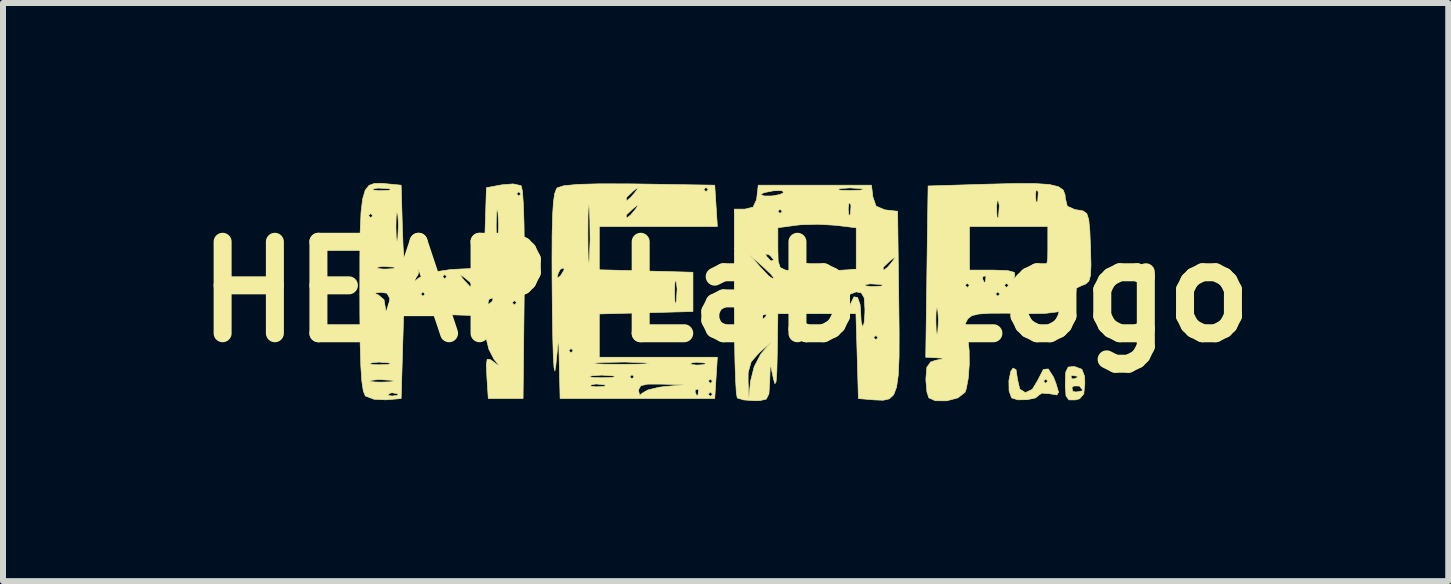
<source format=kicad_pcb>
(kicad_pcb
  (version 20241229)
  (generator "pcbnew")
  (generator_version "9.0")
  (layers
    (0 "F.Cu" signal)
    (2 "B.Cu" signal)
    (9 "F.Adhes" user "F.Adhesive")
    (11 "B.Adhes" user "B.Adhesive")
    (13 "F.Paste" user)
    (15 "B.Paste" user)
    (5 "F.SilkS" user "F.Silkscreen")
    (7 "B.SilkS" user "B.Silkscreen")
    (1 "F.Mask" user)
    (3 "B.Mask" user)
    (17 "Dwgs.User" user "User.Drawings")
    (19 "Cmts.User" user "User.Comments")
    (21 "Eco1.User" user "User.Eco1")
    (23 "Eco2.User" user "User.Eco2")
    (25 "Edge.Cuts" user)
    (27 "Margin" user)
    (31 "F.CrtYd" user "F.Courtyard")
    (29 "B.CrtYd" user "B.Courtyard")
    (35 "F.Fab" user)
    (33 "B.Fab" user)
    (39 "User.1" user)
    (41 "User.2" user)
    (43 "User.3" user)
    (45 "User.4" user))
  (footprint "HEAP Lab Logo"
    (layer "F.Cu")
    (at 9.042 1.814)
    (property "Reference" "HEAP Lab Logo" (at 0 0 0) (layer "F.SilkS") (effects (font (size 1.524 1.524) (thickness 0.3))))
    (attr through_hole)
    (fp_poly (pts (xy 4.841 1.298) (xy 4.862 1.44) (xy 4.862 1.447) (xy 4.902 1.62) (xy 4.996 1.679) (xy 5.111 1.624) (xy 5.194 1.488) (xy 5.298 1.488) (xy 5.334 1.524) (xy 5.37 1.488) (xy 5.334 1.451) (xy 5.298 1.488) (xy 5.194 1.488) (xy 5.212 1.456) (xy 5.216 1.446) (xy 5.295 1.293) (xy 5.377 1.284) (xy 5.464 1.419) (xy 5.505 1.524) (xy 5.549 1.672) (xy 5.521 1.718) (xy 5.403 1.698) (xy 5.271 1.687) (xy 5.225 1.718) (xy 5.164 1.768) (xy 5.023 1.797) (xy 4.869 1.799) (xy 4.767 1.767) (xy 4.766 1.766) (xy 4.724 1.651) (xy 4.721 1.48) (xy 4.752 1.326) (xy 4.79 1.27) (xy 4.841 1.298)) (stroke (width 0.01) (type solid)) (fill yes) (layer "F.SilkS"))
    (fp_poly (pts (xy 5.824 1.247) (xy 5.937 1.29) (xy 5.982 1.406) (xy 5.987 1.524) (xy 5.969 1.702) (xy 5.899 1.782) (xy 5.824 1.801) (xy 5.72 1.8) (xy 5.673 1.734) (xy 5.663 1.595) (xy 5.77 1.595) (xy 5.786 1.658) (xy 5.838 1.669) (xy 5.937 1.652) (xy 5.951 1.637) (xy 5.898 1.569) (xy 5.802 1.568) (xy 5.77 1.595) (xy 5.663 1.595) (xy 5.661 1.565) (xy 5.661 1.524) (xy 5.666 1.403) (xy 5.757 1.403) (xy 5.767 1.446) (xy 5.806 1.451) (xy 5.865 1.425) (xy 5.854 1.403) (xy 5.768 1.394) (xy 5.757 1.403) (xy 5.666 1.403) (xy 5.669 1.335) (xy 5.709 1.253) (xy 5.802 1.244) (xy 5.824 1.247)) (stroke (width 0.01) (type solid)) (fill yes) (layer "F.SilkS"))
    (fp_poly (pts (xy 5.161 -1.805) (xy 5.398 -1.789) (xy 5.547 -1.753) (xy 5.627 -1.696) (xy 5.658 -1.613) (xy 5.661 -1.564) (xy 5.694 -1.428) (xy 5.822 -1.371) (xy 5.86 -1.366) (xy 5.958 -1.349) (xy 6.019 -1.305) (xy 6.052 -1.205) (xy 6.07 -1.018) (xy 6.081 -0.75) (xy 6.089 -0.456) (xy 6.082 -0.276) (xy 6.053 -0.177) (xy 5.996 -0.128) (xy 5.936 -0.106) (xy 5.803 -0.042) (xy 5.674 0.053) (xy 5.582 0.147) (xy 5.563 0.209) (xy 5.589 0.218) (xy 5.634 0.263) (xy 5.621 0.295) (xy 5.527 0.334) (xy 5.328 0.358) (xy 5.091 0.362) (xy 4.686 0.355) (xy 4.402 0.356) (xy 4.216 0.369) (xy 4.103 0.397) (xy 4.04 0.445) (xy 4.002 0.514) (xy 3.998 0.526) (xy 3.973 0.661) (xy 4 0.714) (xy 4.039 0.796) (xy 4.059 0.975) (xy 4.061 1.203) (xy 4.045 1.432) (xy 4.011 1.615) (xy 3.989 1.674) (xy 3.872 1.766) (xy 3.683 1.816) (xy 3.494 1.814) (xy 3.387 1.766) (xy 3.355 1.668) (xy 3.339 1.487) (xy 3.338 1.444) (xy 3.354 1.257) (xy 3.418 1.168) (xy 3.502 1.14) (xy 3.665 1.108) (xy 3.5 1.098) (xy 3.335 1.089) (xy 3.344 0.472) (xy 3.504 0.472) (xy 3.509 0.644) (xy 3.522 0.707) (xy 3.535 0.672) (xy 3.548 0.473) (xy 3.536 0.309) (xy 3.519 0.259) (xy 3.507 0.338) (xy 3.504 0.472) (xy 3.344 0.472) (xy 3.348 0.145) (xy 3.718 0.145) (xy 3.726 0.277) (xy 3.744 0.293) (xy 3.751 0.272) (xy 3.762 0.088) (xy 3.754 0.036) (xy 4.499 0.036) (xy 4.536 0.073) (xy 4.572 0.036) (xy 4.536 0) (xy 4.499 0.036) (xy 3.754 0.036) (xy 3.751 0.018) (xy 3.73 -0.004) (xy 3.719 0.096) (xy 3.718 0.145) (xy 3.348 0.145) (xy 3.352 -0.109) (xy 3.991 -0.109) (xy 4.028 -0.073) (xy 4.064 -0.109) (xy 4.645 -0.109) (xy 4.681 -0.073) (xy 4.717 -0.109) (xy 4.681 -0.145) (xy 4.645 -0.109) (xy 4.064 -0.109) (xy 4.028 -0.145) (xy 3.991 -0.109) (xy 3.352 -0.109) (xy 3.353 -0.218) (xy 4.282 -0.218) (xy 4.308 -0.158) (xy 4.33 -0.169) (xy 4.339 -0.255) (xy 4.33 -0.266) (xy 4.287 -0.256) (xy 4.282 -0.218) (xy 3.353 -0.218) (xy 3.365 -1.089) (xy 4.064 -1.089) (xy 4.064 -0.363) (xy 4.467 -0.363) (xy 4.703 -0.354) (xy 4.813 -0.325) (xy 4.82 -0.272) (xy 4.798 -0.218) (xy 4.844 -0.254) (xy 5.443 -0.254) (xy 5.479 -0.218) (xy 5.515 -0.254) (xy 5.479 -0.29) (xy 5.443 -0.254) (xy 4.844 -0.254) (xy 4.862 -0.269) (xy 4.866 -0.272) (xy 5.009 -0.34) (xy 5.167 -0.363) (xy 5.287 -0.372) (xy 5.347 -0.425) (xy 5.368 -0.558) (xy 5.37 -0.726) (xy 5.37 -1.089) (xy 4.064 -1.089) (xy 3.365 -1.089) (xy 3.369 -1.379) (xy 4.516 -1.379) (xy 4.524 -1.247) (xy 4.543 -1.231) (xy 4.549 -1.252) (xy 4.561 -1.436) (xy 4.549 -1.506) (xy 4.528 -1.528) (xy 4.517 -1.428) (xy 4.516 -1.379) (xy 3.369 -1.379) (xy 3.372 -1.597) (xy 5.164 -1.597) (xy 5.175 -1.494) (xy 5.201 -1.506) (xy 5.21 -1.654) (xy 5.201 -1.687) (xy 5.174 -1.696) (xy 5.164 -1.597) (xy 3.372 -1.597) (xy 3.375 -1.765) (xy 4.349 -1.794) (xy 4.818 -1.806) (xy 5.161 -1.805)) (stroke (width 0.01) (type solid)) (fill yes) (layer "F.SilkS"))
    (fp_poly (pts (xy -1.613 -1.8) (xy -1.442 -1.798) (xy -0.181 -1.778) (xy -0.137 -1.089) (xy -2.105 -1.089) (xy -2.105 -0.368) (xy -0.544 -0.327) (xy -0.544 0.327) (xy -2.105 0.368) (xy -2.105 1.089) (xy -0.137 1.089) (xy -0.159 1.433) (xy -0.181 1.778) (xy -2.758 1.778) (xy -2.761 1.651) (xy -1.45 1.651) (xy -1.431 1.727) (xy -1.395 1.692) (xy -1.355 1.669) (xy -0.508 1.669) (xy -0.481 1.729) (xy -0.46 1.718) (xy -0.458 1.705) (xy -0.29 1.705) (xy -0.254 1.742) (xy -0.218 1.705) (xy -0.254 1.669) (xy -0.29 1.705) (xy -0.458 1.705) (xy -0.451 1.631) (xy -0.46 1.621) (xy -0.503 1.631) (xy -0.508 1.669) (xy -1.355 1.669) (xy -1.294 1.634) (xy -1.106 1.589) (xy -1.015 1.578) (xy -0.689 1.549) (xy -1.07 1.537) (xy -1.296 1.537) (xy -1.411 1.563) (xy -1.449 1.626) (xy -1.45 1.651) (xy -2.761 1.651) (xy -2.763 1.569) (xy -2.26 1.569) (xy -2.163 1.582) (xy -2.141 1.582) (xy -2.017 1.575) (xy -2.006 1.552) (xy -2.012 1.549) (xy -2.157 1.535) (xy -2.23 1.546) (xy -2.26 1.569) (xy -2.763 1.569) (xy -2.765 1.488) (xy -0.29 1.488) (xy -0.254 1.524) (xy -0.218 1.488) (xy -0.254 1.451) (xy -0.29 1.488) (xy -2.765 1.488) (xy -2.767 1.416) (xy -2.281 1.416) (xy -2.202 1.427) (xy -2.068 1.431) (xy -1.896 1.426) (xy -1.843 1.415) (xy -1.597 1.415) (xy -1.56 1.451) (xy -1.524 1.415) (xy -1.56 1.379) (xy -1.597 1.415) (xy -1.843 1.415) (xy -1.833 1.413) (xy -1.868 1.4) (xy -2.067 1.387) (xy -2.231 1.399) (xy -2.281 1.416) (xy -2.767 1.416) (xy -2.772 1.191) (xy -2.211 1.191) (xy -2.166 1.199) (xy -2.002 1.205) (xy -1.742 1.207) (xy -1.699 1.207) (xy -0.591 1.207) (xy -0.494 1.219) (xy -0.472 1.22) (xy -0.348 1.212) (xy -0.337 1.189) (xy -0.343 1.186) (xy -0.487 1.172) (xy -0.561 1.183) (xy -0.591 1.207) (xy -1.699 1.207) (xy -1.474 1.205) (xy -1.314 1.199) (xy -1.273 1.19) (xy -1.361 1.18) (xy -1.679 1.169) (xy -2.02 1.175) (xy -2.123 1.18) (xy -2.211 1.191) (xy -2.772 1.191) (xy -2.777 0.98) (xy -2.613 0.98) (xy -2.576 1.016) (xy -2.54 0.98) (xy -2.576 0.943) (xy -2.613 0.98) (xy -2.777 0.98) (xy -2.783 0.762) (xy -2.83 1.234) (xy -2.845 1.319) (xy -2.859 1.265) (xy -2.871 1.078) (xy -2.88 0.765) (xy -2.887 0.33) (xy -2.89 0.027) (xy -2.89 0) (xy -0.851 0) (xy -0.845 0.157) (xy -0.831 0.2) (xy -0.82 0.163) (xy -0.808 -0.048) (xy -0.82 -0.163) (xy -0.838 -0.198) (xy -0.849 -0.106) (xy -0.851 0) (xy -2.89 0) (xy -2.892 -0.227) (xy -2.811 -0.227) (xy -2.758 -0.262) (xy -2.749 -0.271) (xy -2.691 -0.366) (xy -2.699 -0.401) (xy -2.753 -0.379) (xy -2.789 -0.312) (xy -2.811 -0.227) (xy -2.892 -0.227) (xy -2.893 -0.531) (xy -2.891 -0.96) (xy -2.89 -0.98) (xy -2.295 -0.98) (xy -2.293 -0.703) (xy -2.288 -0.53) (xy -2.28 -0.475) (xy -2.269 -0.552) (xy -2.269 -0.56) (xy -2.258 -0.863) (xy -2.262 -1.205) (xy -2.265 -1.282) (xy -1.655 -1.282) (xy -1.654 -1.235) (xy -1.642 -1.234) (xy -1.581 -1.283) (xy -1.515 -1.361) (xy -1.452 -1.447) (xy -1.49 -1.429) (xy -1.542 -1.388) (xy -1.655 -1.282) (xy -2.265 -1.282) (xy -2.269 -1.358) (xy -2.279 -1.458) (xy -2.287 -1.424) (xy -2.293 -1.268) (xy -2.295 -1.003) (xy -2.295 -0.98) (xy -2.89 -0.98) (xy -2.883 -1.277) (xy -2.869 -1.498) (xy -2.858 -1.572) (xy -1.655 -1.572) (xy -1.654 -1.525) (xy -1.642 -1.524) (xy -1.581 -1.574) (xy -1.515 -1.651) (xy -1.475 -1.705) (xy -0.363 -1.705) (xy -0.327 -1.669) (xy -0.29 -1.705) (xy -0.327 -1.742) (xy -0.363 -1.705) (xy -1.475 -1.705) (xy -1.452 -1.737) (xy -1.49 -1.719) (xy -1.542 -1.678) (xy -1.655 -1.572) (xy -2.858 -1.572) (xy -2.848 -1.639) (xy -2.819 -1.716) (xy -2.803 -1.735) (xy -2.695 -1.769) (xy -2.466 -1.791) (xy -2.108 -1.801) (xy -1.613 -1.8)) (stroke (width 0.01) (type solid)) (fill yes) (layer "F.SilkS"))
    (fp_poly (pts (xy 2.454 -1.583) (xy 2.508 -1.429) (xy 2.651 -1.368) (xy 2.671 -1.365) (xy 2.867 -1.343) (xy 2.886 0.136) (xy 2.892 0.675) (xy 2.891 1.085) (xy 2.878 1.384) (xy 2.849 1.589) (xy 2.8 1.716) (xy 2.728 1.783) (xy 2.627 1.806) (xy 2.493 1.801) (xy 2.474 1.8) (xy 2.213 1.778) (xy 2.193 1.07) (xy 2.184 0.762) (xy 2.467 0.762) (xy 2.504 0.798) (xy 2.54 0.762) (xy 2.504 0.726) (xy 2.467 0.762) (xy 2.184 0.762) (xy 2.172 0.363) (xy 0.871 0.363) (xy 0.861 1.034) (xy 0.854 1.335) (xy 0.841 1.498) (xy 0.822 1.531) (xy 0.798 1.451) (xy 0.745 1.197) (xy 0.735 1.506) (xy 0.722 1.699) (xy 0.677 1.788) (xy 0.566 1.813) (xy 0.484 1.814) (xy 0.304 1.801) (xy 0.197 1.769) (xy 0.194 1.766) (xy 0.179 1.682) (xy 0.167 1.482) (xy 0.375 1.482) (xy 0.387 1.778) (xy 0.416 1.488) (xy 0.476 1.248) (xy 0.585 1.039) (xy 0.604 1.016) (xy 0.762 0.835) (xy 0.562 1.011) (xy 0.426 1.166) (xy 0.376 1.345) (xy 0.375 1.482) (xy 0.167 1.482) (xy 0.167 1.475) (xy 0.156 1.167) (xy 0.149 0.779) (xy 0.147 0.555) (xy 0.443 0.555) (xy 0.47 0.553) (xy 0.559 0.501) (xy 0.666 0.418) (xy 0.684 0.37) (xy 0.615 0.389) (xy 0.524 0.466) (xy 0.443 0.555) (xy 0.147 0.555) (xy 0.145 0.334) (xy 0.145 0.254) (xy 1.887 0.254) (xy 1.923 0.29) (xy 1.959 0.254) (xy 1.923 0.218) (xy 1.887 0.254) (xy 0.145 0.254) (xy 0.145 0.169) (xy 0.145 0.163) (xy 2.04 0.163) (xy 2.053 0.262) (xy 2.076 0.22) (xy 2.082 0.2) (xy 2.139 0.083) (xy 2.2 0.093) (xy 2.242 0.214) (xy 2.25 0.327) (xy 2.259 0.495) (xy 2.281 0.578) (xy 2.286 0.581) (xy 2.309 0.516) (xy 2.321 0.355) (xy 2.322 0.29) (xy 2.31 0.1) (xy 2.261 0.016) (xy 2.177 0) (xy 2.063 0.043) (xy 2.04 0.163) (xy 0.145 0.163) (xy 0.145 -0.102) (xy 2.318 -0.102) (xy 2.418 -0.09) (xy 2.467 -0.089) (xy 2.599 -0.097) (xy 2.615 -0.116) (xy 2.594 -0.123) (xy 2.41 -0.134) (xy 2.34 -0.123) (xy 2.318 -0.102) (xy 0.145 -0.102) (xy 0.145 -0.617) (xy 0.399 -0.617) (xy 0.575 -0.417) (xy 0.717 -0.266) (xy 0.786 -0.219) (xy 0.798 -0.241) (xy 0.75 -0.3) (xy 0.629 -0.414) (xy 0.599 -0.441) (xy 0.399 -0.617) (xy 0.145 -0.617) (xy 0.145 -0.632) (xy 0.665 -0.632) (xy 0.682 -0.592) (xy 0.756 -0.514) (xy 0.798 -0.53) (xy 0.798 -0.54) (xy 0.747 -0.601) (xy 0.715 -0.624) (xy 0.665 -0.632) (xy 0.145 -0.632) (xy 0.145 -1.069) (xy 0.871 -1.069) (xy 0.871 -0.721) (xy 0.876 -0.511) (xy 0.91 -0.405) (xy 0.998 -0.363) (xy 1.107 -0.349) (xy 1.315 -0.341) (xy 1.591 -0.344) (xy 1.76 -0.351) (xy 2.177 -0.376) (xy 2.177 -0.411) (xy 2.627 -0.411) (xy 2.627 -0.364) (xy 2.64 -0.363) (xy 2.701 -0.412) (xy 2.767 -0.49) (xy 2.83 -0.576) (xy 2.792 -0.558) (xy 2.74 -0.517) (xy 2.627 -0.411) (xy 2.177 -0.411) (xy 2.177 -1.068) (xy 1.828 -1.11) (xy 1.54 -1.127) (xy 1.248 -1.118) (xy 1.175 -1.11) (xy 0.871 -1.069) (xy 0.145 -1.069) (xy 0.145 -1.343) (xy 0.871 -1.343) (xy 0.907 -1.306) (xy 0.943 -1.343) (xy 0.907 -1.379) (xy 2.043 -1.379) (xy 2.055 -1.276) (xy 2.08 -1.288) (xy 2.09 -1.437) (xy 2.08 -1.47) (xy 2.054 -1.479) (xy 2.043 -1.379) (xy 0.907 -1.379) (xy 0.871 -1.343) (xy 0.145 -1.343) (xy 0.145 -1.379) (xy 0.322 -1.379) (xy 0.458 -1.412) (xy 0.516 -1.539) (xy 0.521 -1.578) (xy 0.527 -1.625) (xy 0.581 -1.625) (xy 0.581 -1.625) (xy 0.64 -1.598) (xy 0.771 -1.598) (xy 0.905 -1.622) (xy 0.972 -1.656) (xy 0.937 -1.688) (xy 0.803 -1.685) (xy 0.794 -1.684) (xy 0.643 -1.654) (xy 0.581 -1.625) (xy 0.527 -1.625) (xy 0.536 -1.705) (xy 1.856 -1.705) (xy 1.934 -1.693) (xy 2.068 -1.69) (xy 2.24 -1.695) (xy 2.303 -1.707) (xy 2.269 -1.72) (xy 2.07 -1.733) (xy 1.906 -1.721) (xy 1.856 -1.705) (xy 0.536 -1.705) (xy 0.544 -1.778) (xy 2.431 -1.778) (xy 2.454 -1.583)) (stroke (width 0.01) (type solid)) (fill yes) (layer "F.SilkS"))
    (fp_poly (pts (xy -5.647 -1.801) (xy -5.407 -1.778) (xy -5.386 -1.07) (xy -5.374 -0.745) (xy -5.358 -0.538) (xy -5.331 -0.424) (xy -5.286 -0.374) (xy -5.218 -0.363) (xy -5.214 -0.363) (xy -5.11 -0.348) (xy -5.128 -0.28) (xy -5.161 -0.236) (xy -5.222 -0.152) (xy -5.195 -0.164) (xy -5.114 -0.232) (xy -5.065 -0.254) (xy -4.935 -0.254) (xy -4.899 -0.218) (xy -4.862 -0.254) (xy -4.717 -0.254) (xy -4.681 -0.218) (xy -4.645 -0.254) (xy -4.68 -0.29) (xy -4.422 -0.29) (xy -4.404 -0.252) (xy -4.364 -0.2) (xy -4.258 -0.087) (xy -4.21 -0.087) (xy -4.209 -0.1) (xy -4.216 -0.109) (xy -3.701 -0.109) (xy -3.665 -0.073) (xy -3.629 -0.109) (xy -3.665 -0.145) (xy -3.701 -0.109) (xy -4.216 -0.109) (xy -4.259 -0.161) (xy -4.336 -0.227) (xy -4.422 -0.29) (xy -4.68 -0.29) (xy -4.681 -0.29) (xy -4.717 -0.254) (xy -4.862 -0.254) (xy -4.899 -0.29) (xy -4.935 -0.254) (xy -5.065 -0.254) (xy -4.914 -0.323) (xy -4.582 -0.372) (xy -4.498 -0.377) (xy -4.028 -0.399) (xy -4.007 -1.068) (xy -4.006 -1.089) (xy -3.823 -1.089) (xy -3.819 -0.889) (xy -3.81 -0.8) (xy -3.796 -0.839) (xy -3.794 -0.853) (xy -3.782 -1.107) (xy -3.794 -1.324) (xy -3.808 -1.379) (xy -3.818 -1.305) (xy -3.823 -1.118) (xy -3.823 -1.089) (xy -4.006 -1.089) (xy -3.989 -1.633) (xy -3.483 -1.633) (xy -3.447 -1.597) (xy -3.411 -1.633) (xy -3.447 -1.669) (xy -3.483 -1.633) (xy -3.989 -1.633) (xy -3.986 -1.736) (xy -3.729 -1.784) (xy -3.541 -1.799) (xy -3.415 -1.772) (xy -3.405 -1.765) (xy -3.385 -1.674) (xy -3.37 -1.455) (xy -3.359 -1.126) (xy -3.354 -0.705) (xy -3.354 -0.208) (xy -3.356 0.04) (xy -3.375 1.778) (xy -3.955 1.778) (xy -3.978 1.421) (xy -3.987 1.212) (xy -3.973 1.123) (xy -3.924 1.126) (xy -3.869 1.165) (xy -3.781 1.23) (xy -3.792 1.204) (xy -3.859 1.124) (xy -3.945 0.957) (xy -4 0.732) (xy -4.004 0.689) (xy -4.028 0.399) (xy -4.696 0.378) (xy -5.365 0.357) (xy -5.386 1.068) (xy -5.407 1.778) (xy -5.661 1.799) (xy -5.858 1.79) (xy -5.997 1.738) (xy -6.006 1.731) (xy -6.008 1.724) (xy -5.629 1.724) (xy -5.558 1.736) (xy -5.464 1.723) (xy -5.463 1.698) (xy -5.56 1.681) (xy -5.602 1.692) (xy -5.629 1.724) (xy -6.008 1.724) (xy -6.037 1.656) (xy -6.061 1.496) (xy -6.062 1.491) (xy -5.931 1.491) (xy -5.84 1.502) (xy -5.733 1.504) (xy -5.576 1.499) (xy -5.533 1.484) (xy -5.57 1.473) (xy -5.781 1.461) (xy -5.896 1.473) (xy -5.931 1.491) (xy -6.062 1.491) (xy -6.079 1.237) (xy -6.08 1.202) (xy -5.936 1.202) (xy -5.849 1.214) (xy -5.769 1.215) (xy -5.62 1.21) (xy -5.582 1.193) (xy -5.605 1.184) (xy -5.78 1.17) (xy -5.896 1.182) (xy -5.936 1.202) (xy -6.08 1.202) (xy -6.09 0.866) (xy -6.095 0.371) (xy -6.096 0.021) (xy -5.85 0.021) (xy -5.808 0.044) (xy -5.788 0.05) (xy -5.692 0.131) (xy -5.661 0.322) (xy -5.661 0.332) (xy -5.651 0.498) (xy -5.628 0.579) (xy -5.624 0.581) (xy -5.602 0.516) (xy -5.589 0.355) (xy -5.588 0.29) (xy -5.504 0.29) (xy -5.493 0.393) (xy -5.467 0.381) (xy -5.458 0.232) (xy -5.462 0.218) (xy -5.298 0.218) (xy -5.271 0.277) (xy -5.249 0.266) (xy -5.244 0.218) (xy -4.717 0.218) (xy -4.691 0.277) (xy -4.669 0.266) (xy -4.663 0.213) (xy -3.974 0.213) (xy -3.964 0.218) (xy -3.917 0.181) (xy -3.556 0.181) (xy -3.52 0.218) (xy -3.483 0.181) (xy -3.52 0.145) (xy -3.556 0.181) (xy -3.917 0.181) (xy -3.897 0.167) (xy -3.883 0.145) (xy -3.864 0.077) (xy -3.874 0.073) (xy -3.94 0.124) (xy -3.955 0.145) (xy -3.974 0.213) (xy -4.663 0.213) (xy -4.66 0.18) (xy -4.669 0.169) (xy -4.712 0.179) (xy -4.717 0.218) (xy -5.244 0.218) (xy -5.241 0.18) (xy -5.249 0.169) (xy -5.292 0.179) (xy -5.298 0.218) (xy -5.462 0.218) (xy -5.467 0.2) (xy -5.494 0.19) (xy -5.504 0.29) (xy -5.588 0.29) (xy -5.598 0.103) (xy -5.636 0.036) (xy -5.08 0.036) (xy -5.044 0.073) (xy -5.007 0.036) (xy -5.02 0.024) (xy -4.911 0.024) (xy -4.901 0.067) (xy -4.862 0.073) (xy -4.803 0.046) (xy -4.814 0.024) (xy -4.9 0.016) (xy -4.911 0.024) (xy -5.02 0.024) (xy -5.044 0) (xy -5.08 0.036) (xy -5.636 0.036) (xy -5.644 0.022) (xy -5.747 0.008) (xy -5.751 0.008) (xy -5.85 0.021) (xy -6.096 0.021) (xy -6.096 -0.006) (xy -6.095 -0.392) (xy -5.81 -0.392) (xy -5.71 -0.38) (xy -5.661 -0.38) (xy -5.529 -0.387) (xy -5.513 -0.406) (xy -5.534 -0.413) (xy -5.718 -0.424) (xy -5.788 -0.413) (xy -5.81 -0.392) (xy -6.095 -0.392) (xy -6.095 -0.568) (xy -6.09 -1.002) (xy -6.086 -1.089) (xy -5.494 -1.089) (xy -5.489 -0.909) (xy -5.477 -0.842) (xy -5.463 -0.889) (xy -5.451 -1.123) (xy -5.463 -1.288) (xy -5.479 -1.333) (xy -5.49 -1.251) (xy -5.494 -1.089) (xy -6.086 -1.089) (xy -6.078 -1.27) (xy -5.951 -1.27) (xy -5.915 -1.234) (xy -5.878 -1.27) (xy -5.915 -1.306) (xy -5.951 -1.27) (xy -6.078 -1.27) (xy -6.076 -1.323) (xy -6.049 -1.548) (xy -6.006 -1.693) (xy -6.002 -1.698) (xy -5.883 -1.698) (xy -5.782 -1.687) (xy -5.733 -1.686) (xy -5.601 -1.694) (xy -5.586 -1.712) (xy -5.606 -1.719) (xy -5.79 -1.73) (xy -5.86 -1.719) (xy -5.883 -1.698) (xy -6.002 -1.698) (xy -5.943 -1.774) (xy -5.854 -1.807) (xy -5.736 -1.809) (xy -5.647 -1.801)) (stroke (width 0.01) (type solid)) (fill yes) (layer "F.SilkS")))
  (gr_rect
    (start -3 -3)
    (end 21.085 6.634)
    (stroke (width 0.1) (type default))
    (fill no)
    (layer "Edge.Cuts")))
</source>
